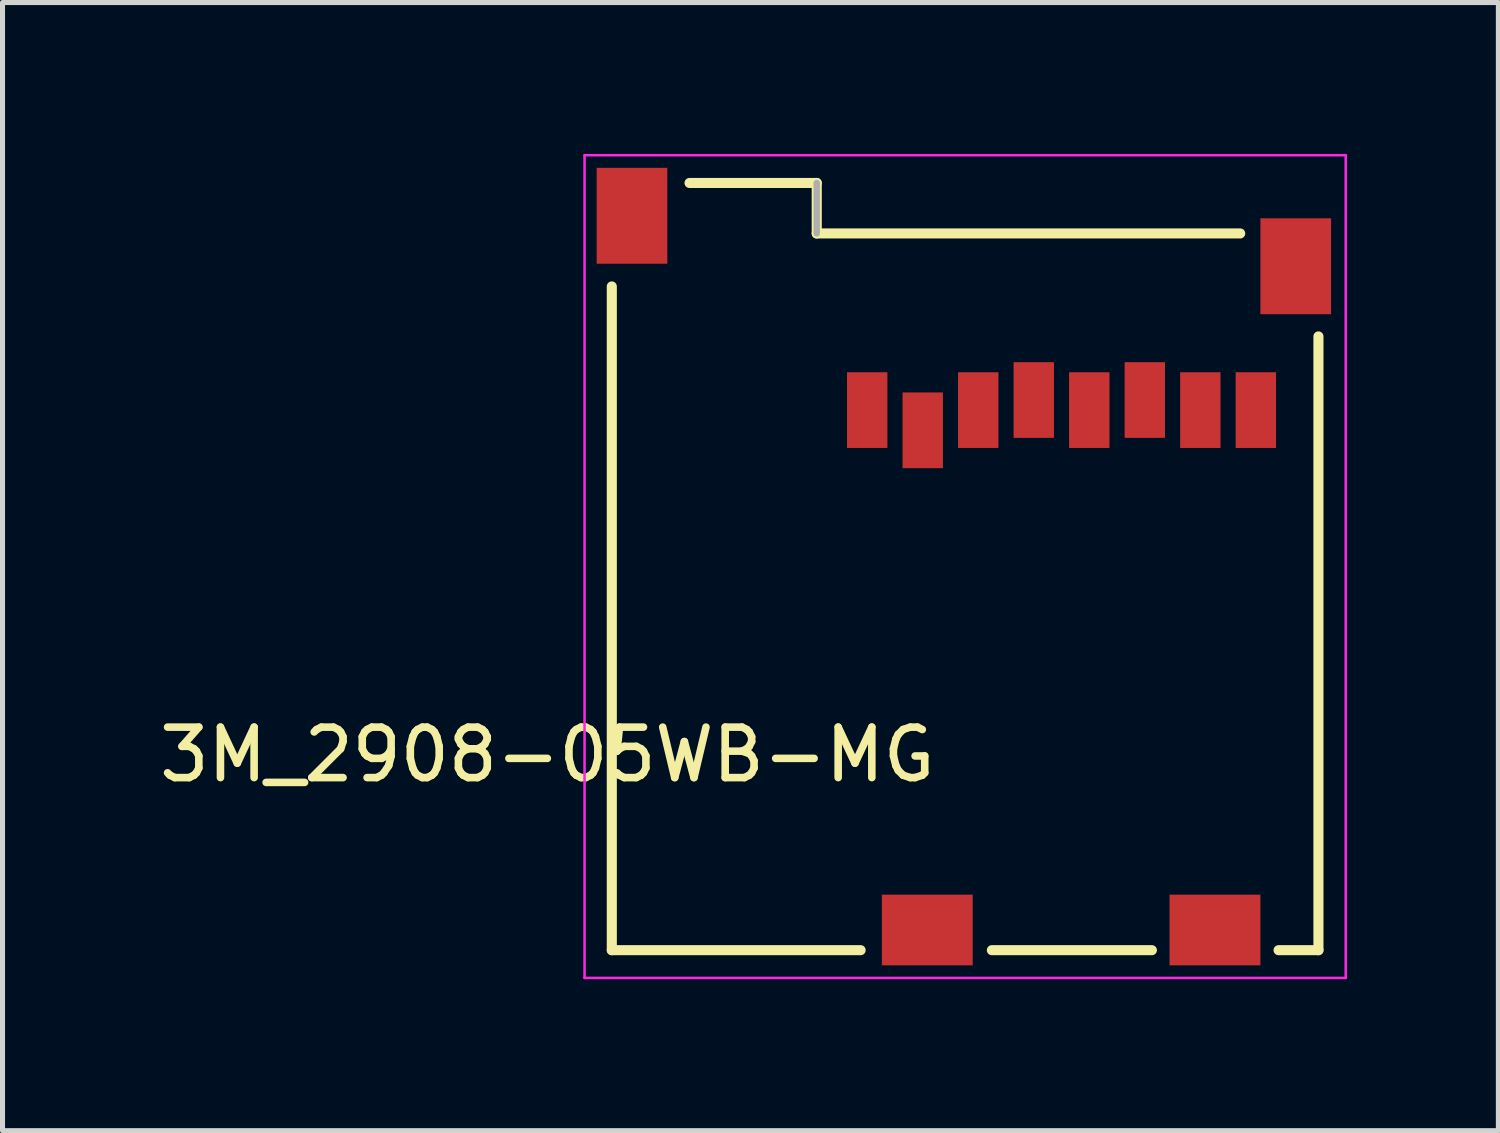
<source format=kicad_pcb>
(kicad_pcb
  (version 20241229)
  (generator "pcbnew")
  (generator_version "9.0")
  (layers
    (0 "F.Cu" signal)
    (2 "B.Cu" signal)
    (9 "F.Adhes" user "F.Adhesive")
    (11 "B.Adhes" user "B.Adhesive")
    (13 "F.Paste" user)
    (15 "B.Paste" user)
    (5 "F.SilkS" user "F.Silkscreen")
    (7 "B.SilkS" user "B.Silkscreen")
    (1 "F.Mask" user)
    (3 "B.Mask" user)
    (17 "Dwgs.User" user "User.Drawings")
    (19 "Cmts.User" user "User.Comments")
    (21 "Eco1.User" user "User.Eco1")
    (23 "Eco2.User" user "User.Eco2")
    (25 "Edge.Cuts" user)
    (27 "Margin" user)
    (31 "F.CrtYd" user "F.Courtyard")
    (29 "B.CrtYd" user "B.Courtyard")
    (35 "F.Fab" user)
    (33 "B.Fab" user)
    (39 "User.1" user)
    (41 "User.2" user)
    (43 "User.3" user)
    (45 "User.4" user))
  (footprint "3M_2908-05WB-MG"
    (layer "F.Cu")
    (at 16.071 8.175)
    (property "Reference" "3M_2908-05WB-MG" (at -8.277 3.726 180) (layer "F.SilkS") (effects (font (size 1 1) (thickness 0.15))))
    (attr smd)
    (fp_line (start -7 -5.55) (end -7 7.6) (stroke (width 0.2) (type solid)) (layer "F.SilkS"))
    (fp_line (start -7 7.6) (end -2.07 7.6) (stroke (width 0.2) (type solid)) (layer "F.SilkS"))
    (fp_line (start -5.46 -7.6) (end -2.94 -7.6) (stroke (width 0.2) (type solid)) (layer "F.SilkS"))
    (fp_line (start -2.94 -7.6) (end -2.94 -6.6) (stroke (width 0.2) (type solid)) (layer "F.SilkS"))
    (fp_line (start -2.94 -6.6) (end 5.45 -6.6) (stroke (width 0.2) (type solid)) (layer "F.SilkS"))
    (fp_line (start 0.53 7.6) (end 3.7 7.6) (stroke (width 0.2) (type solid)) (layer "F.SilkS"))
    (fp_line (start 6.21 7.6) (end 7 7.6) (stroke (width 0.2) (type solid)) (layer "F.SilkS"))
    (fp_line (start 7 7.6) (end 7 -4.56) (stroke (width 0.2) (type solid)) (layer "F.SilkS"))
    (fp_line (start -7.54 -8.15) (end 7.54 -8.15) (stroke (width 0.05) (type solid)) (layer "F.CrtYd"))
    (fp_line (start -7.54 8.15) (end -7.54 -8.15) (stroke (width 0.05) (type solid)) (layer "F.CrtYd"))
    (fp_line (start 7.54 -8.15) (end 7.54 8.15) (stroke (width 0.05) (type solid)) (layer "F.CrtYd"))
    (fp_line (start 7.54 8.15) (end -7.54 8.15) (stroke (width 0.05) (type solid)) (layer "F.CrtYd"))
    (fp_line (start -2.94 -6.6) (end -2.94 -7.6) (stroke (width 0.127) (type solid)) (layer "F.Fab"))
    (pad "1" smd rect (at -1.94 -3.1) (size 0.8 1.5) (layers "F.Cu" "F.Mask" "F.Paste"))
    (pad "2" smd rect (at -0.84 -2.7) (size 0.8 1.5) (layers "F.Cu" "F.Mask" "F.Paste"))
    (pad "3" smd rect (at 0.26 -3.1) (size 0.8 1.5) (layers "F.Cu" "F.Mask" "F.Paste"))
    (pad "4" smd rect (at 1.36 -3.3) (size 0.8 1.5) (layers "F.Cu" "F.Mask" "F.Paste"))
    (pad "5" smd rect (at 2.46 -3.1) (size 0.8 1.5) (layers "F.Cu" "F.Mask" "F.Paste"))
    (pad "6" smd rect (at 3.56 -3.3) (size 0.8 1.5) (layers "F.Cu" "F.Mask" "F.Paste"))
    (pad "7" smd rect (at 4.66 -3.1) (size 0.8 1.5) (layers "F.Cu" "F.Mask" "F.Paste"))
    (pad "8" smd rect (at 5.76 -3.1) (size 0.8 1.5) (layers "F.Cu" "F.Mask" "F.Paste"))
    (pad "P$1" smd rect (at 6.55 -5.95) (size 1.4 1.9) (layers "F.Cu" "F.Mask" "F.Paste"))
    (pad "P$2" smd rect (at -6.6 -6.95) (size 1.4 1.9) (layers "F.Cu" "F.Mask" "F.Paste"))
    (pad "P$3" smd rect (at 4.95 7.2) (size 1.8 1.4) (layers "F.Cu" "F.Mask" "F.Paste"))
    (pad "P$4" smd rect (at -0.75 7.2) (size 1.8 1.4) (layers "F.Cu" "F.Mask" "F.Paste"))
    (zone (net_name "") (layer "F.Cu") (hatch full 0.508) (connect_pads) (min_thickness 0.01) (filled_areas_thickness no) (keepout (tracks not_allowed) (vias not_allowed) (pads not_allowed) (copperpour not_allowed) (footprints allowed)) (placement (enabled no)) (fill) (polygon (pts (xy 22.725 3.175) (xy 23.321 3.175) (xy 23.321 16.08) (xy 22.725 16.08))))
    (zone (net_name "") (layers "F.Cu" "B.Cu") (hatch full 0.508) (connect_pads) (min_thickness 0.01) (filled_areas_thickness no) (keepout (tracks allowed) (vias not_allowed) (pads allowed) (copperpour allowed) (footprints allowed)) (placement (enabled no)) (fill) (polygon (pts (xy 22.728 3.185) (xy 23.321 3.185) (xy 23.321 16.084) (xy 22.728 16.084)))))
  (gr_rect
    (start -3 -3)
    (end 26.636 19.35)
    (stroke (width 0.1) (type default))
    (fill no)
    (layer "Edge.Cuts")))
</source>
